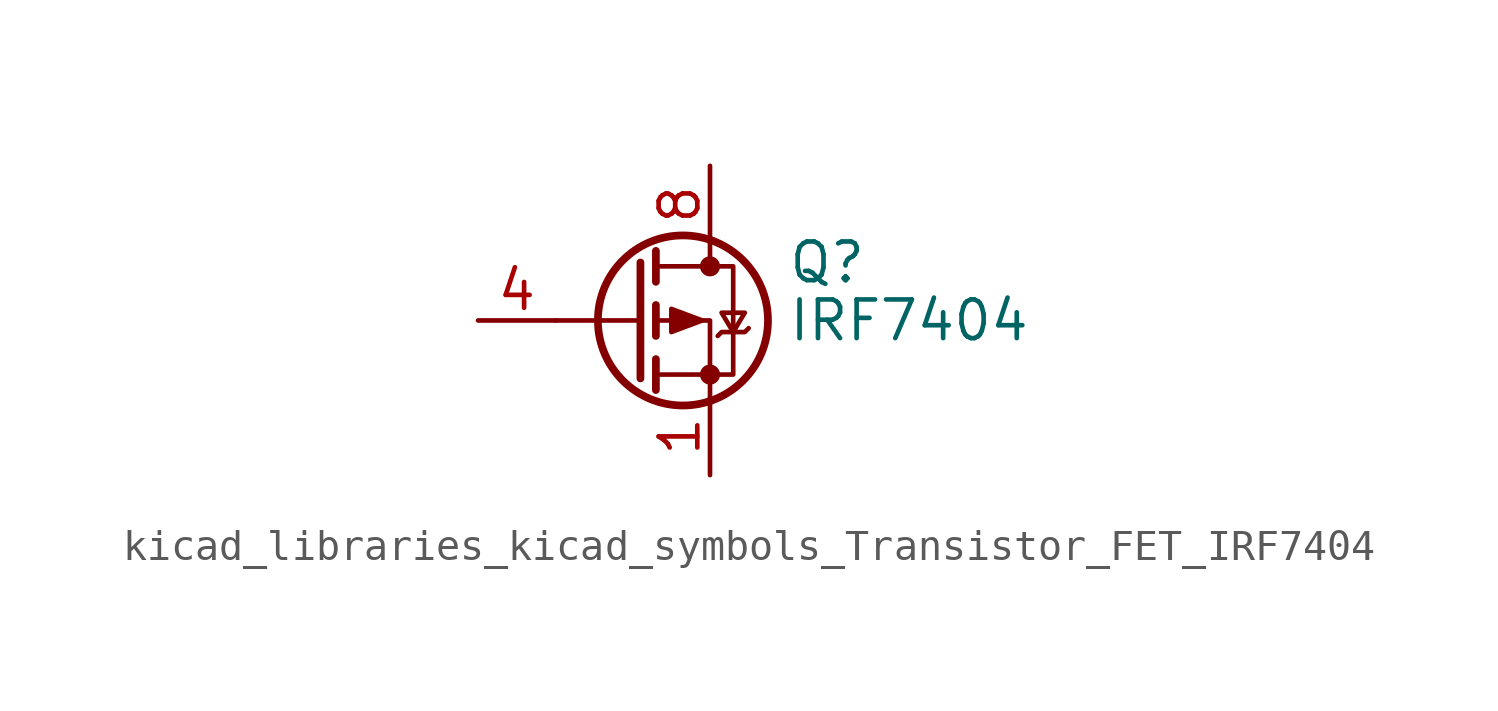
<source format=kicad_sym>
(kicad_symbol_lib
  (version 20220914)
  (generator kicad_symbol_editor)
  (symbol "kicad_libraries_kicad_symbols_Transistor_FET_IRF7404"
    (pin_names hide)
    (property "Reference" "Q"
      (at 5.08 1.905 0)
      (effects (font (size 1.27 1.27)) (justify left)))
    (property "Value" "IRF7404"
      (at 5.08 0 0)
      (effects (font (size 1.27 1.27)) (justify left)))
    (symbol "kicad_libraries_kicad_symbols_Transistor_FET_IRF7404_0_1"
      (polyline (pts (xy 0.254 0) (xy -2.54 0)) (stroke (width 0) (type default)) (fill (type none)))
      (polyline (pts (xy 0.254 1.905) (xy 0.254 -1.905)) (stroke (width 0.254) (type default)) (fill (type none)))
      (polyline (pts (xy 0.762 -1.27) (xy 0.762 -2.286)) (stroke (width 0.254) (type default)) (fill (type none)))
      (polyline (pts (xy 0.762 0.508) (xy 0.762 -0.508)) (stroke (width 0.254) (type default)) (fill (type none)))
      (polyline (pts (xy 0.762 2.286) (xy 0.762 1.27)) (stroke (width 0.254) (type default)) (fill (type none)))
      (polyline (pts (xy 2.54 2.54) (xy 2.54 1.778)) (stroke (width 0) (type default)) (fill (type none)))
      (polyline (pts (xy 2.54 -2.54) (xy 2.54 0) (xy 0.762 0)) (stroke (width 0) (type default)) (fill (type none)))
      (polyline (pts (xy 0.762 1.778) (xy 3.302 1.778) (xy 3.302 -1.778) (xy 0.762 -1.778)) (stroke (width 0) (type default)) (fill (type none)))
      (polyline (pts (xy 2.286 0) (xy 1.27 0.381) (xy 1.27 -0.381) (xy 2.286 0)) (stroke (width 0) (type default)) (fill (type outline)))
      (polyline (pts (xy 2.794 -0.508) (xy 2.921 -0.381) (xy 3.683 -0.381) (xy 3.81 -0.254)) (stroke (width 0) (type default)) (fill (type none)))
      (polyline (pts (xy 3.302 -0.381) (xy 2.921 0.254) (xy 3.683 0.254) (xy 3.302 -0.381)) (stroke (width 0) (type default)) (fill (type none)))
      (circle (center 1.651 0) (radius 2.794) (stroke (width 0.254) (type default)) (fill (type none)))
      (circle (center 2.54 -1.778) (radius 0.254) (stroke (width 0) (type default)) (fill (type outline)))
      (circle (center 2.54 1.778) (radius 0.254) (stroke (width 0) (type default)) (fill (type outline))))
    (symbol "kicad_libraries_kicad_symbols_Transistor_FET_IRF7404_1_1"
      (pin passive line (at 2.54 -5.08 90) (length 2.54) (name "S" (effects (font (size 1.27 1.27)))) (number "1" (effects (font (size 1.27 1.27)))))
      (pin passive line (at 2.54 -5.08 90) (length 2.54) hide (name "S" (effects (font (size 1.27 1.27)))) (number "2" (effects (font (size 1.27 1.27)))))
      (pin passive line (at 2.54 -5.08 90) (length 2.54) hide (name "S" (effects (font (size 1.27 1.27)))) (number "3" (effects (font (size 1.27 1.27)))))
      (pin passive line (at -5.08 0 0) (length 2.54) (name "G" (effects (font (size 1.27 1.27)))) (number "4" (effects (font (size 1.27 1.27)))))
      (pin passive line (at 2.54 5.08 270) (length 2.54) hide (name "D" (effects (font (size 1.27 1.27)))) (number "5" (effects (font (size 1.27 1.27)))))
      (pin passive line (at 2.54 5.08 270) (length 2.54) hide (name "D" (effects (font (size 1.27 1.27)))) (number "6" (effects (font (size 1.27 1.27)))))
      (pin passive line (at 2.54 5.08 270) (length 2.54) hide (name "D" (effects (font (size 1.27 1.27)))) (number "7" (effects (font (size 1.27 1.27)))))
      (pin passive line (at 2.54 5.08 270) (length 2.54) (name "D" (effects (font (size 1.27 1.27)))) (number "8" (effects (font (size 1.27 1.27))))))))
</source>
